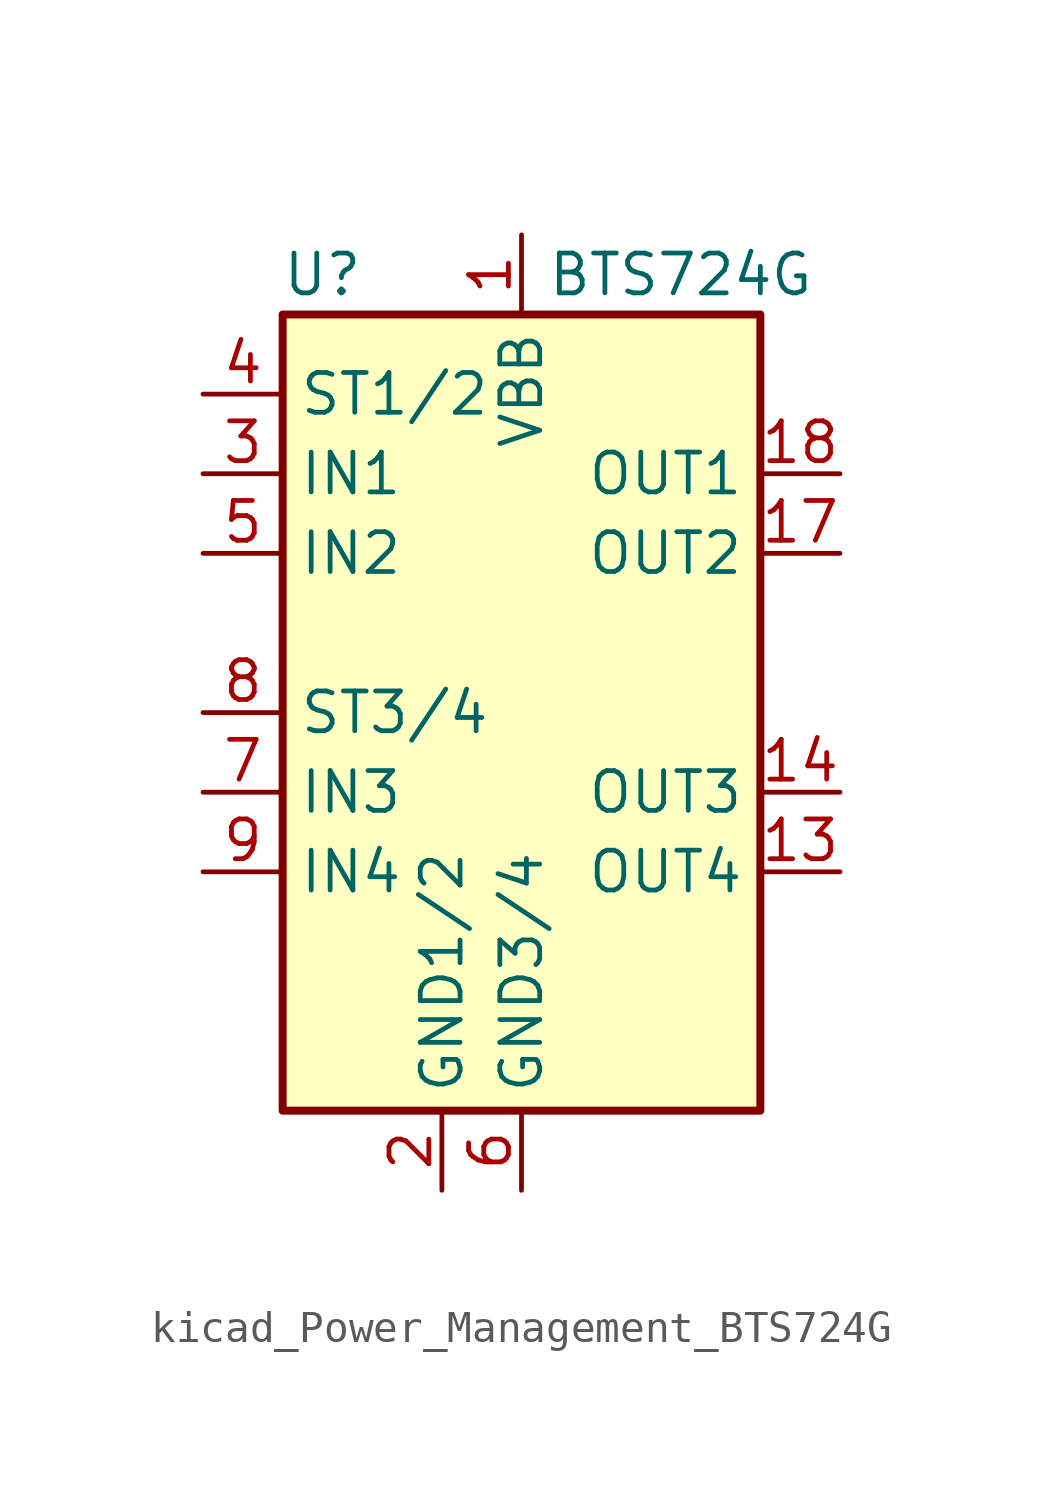
<source format=kicad_sym>
(kicad_symbol_lib
  (version 20220914)
  (generator kicad_symbol_editor)
  (symbol "kicad_Power_Management_BTS724G"
    (property "Reference" "U"
      (at -6.35 13.97 0)
      (effects (font (size 1.27 1.27))))
    (property "Value" "BTS724G"
      (at 5.08 13.97 0)
      (effects (font (size 1.27 1.27))))
    (symbol "kicad_Power_Management_BTS724G_0_1"
      (rectangle (start -7.62 12.7) (end 7.62 -12.7) (stroke (width 0.254) (type default)) (fill (type background))))
    (symbol "kicad_Power_Management_BTS724G_1_1"
      (pin power_in line (at 0 15.24 270) (length 2.54) (name "VBB" (effects (font (size 1.27 1.27)))) (number "1" (effects (font (size 1.27 1.27)))))
      (pin passive line (at 0 15.24 270) (length 2.54) hide (name "VBB" (effects (font (size 1.27 1.27)))) (number "10" (effects (font (size 1.27 1.27)))))
      (pin passive line (at 0 15.24 270) (length 2.54) hide (name "VBB" (effects (font (size 1.27 1.27)))) (number "11" (effects (font (size 1.27 1.27)))))
      (pin passive line (at 0 15.24 270) (length 2.54) hide (name "VBB" (effects (font (size 1.27 1.27)))) (number "12" (effects (font (size 1.27 1.27)))))
      (pin open_emitter line (at 10.16 -5.08 180) (length 2.54) (name "OUT4" (effects (font (size 1.27 1.27)))) (number "13" (effects (font (size 1.27 1.27)))))
      (pin open_emitter line (at 10.16 -2.54 180) (length 2.54) (name "OUT3" (effects (font (size 1.27 1.27)))) (number "14" (effects (font (size 1.27 1.27)))))
      (pin passive line (at 0 15.24 270) (length 2.54) hide (name "VBB" (effects (font (size 1.27 1.27)))) (number "15" (effects (font (size 1.27 1.27)))))
      (pin passive line (at 0 15.24 270) (length 2.54) hide (name "VBB" (effects (font (size 1.27 1.27)))) (number "16" (effects (font (size 1.27 1.27)))))
      (pin open_emitter line (at 10.16 5.08 180) (length 2.54) (name "OUT2" (effects (font (size 1.27 1.27)))) (number "17" (effects (font (size 1.27 1.27)))))
      (pin open_emitter line (at 10.16 7.62 180) (length 2.54) (name "OUT1" (effects (font (size 1.27 1.27)))) (number "18" (effects (font (size 1.27 1.27)))))
      (pin passive line (at 0 15.24 270) (length 2.54) hide (name "VBB" (effects (font (size 1.27 1.27)))) (number "19" (effects (font (size 1.27 1.27)))))
      (pin power_in line (at -2.54 -15.24 90) (length 2.54) (name "GND1/2" (effects (font (size 1.27 1.27)))) (number "2" (effects (font (size 1.27 1.27)))))
      (pin passive line (at 0 15.24 270) (length 2.54) hide (name "VBB" (effects (font (size 1.27 1.27)))) (number "20" (effects (font (size 1.27 1.27)))))
      (pin input line (at -10.16 7.62 0) (length 2.54) (name "IN1" (effects (font (size 1.27 1.27)))) (number "3" (effects (font (size 1.27 1.27)))))
      (pin open_collector line (at -10.16 10.16 0) (length 2.54) (name "ST1/2" (effects (font (size 1.27 1.27)))) (number "4" (effects (font (size 1.27 1.27)))))
      (pin input line (at -10.16 5.08 0) (length 2.54) (name "IN2" (effects (font (size 1.27 1.27)))) (number "5" (effects (font (size 1.27 1.27)))))
      (pin power_in line (at 0 -15.24 90) (length 2.54) (name "GND3/4" (effects (font (size 1.27 1.27)))) (number "6" (effects (font (size 1.27 1.27)))))
      (pin input line (at -10.16 -2.54 0) (length 2.54) (name "IN3" (effects (font (size 1.27 1.27)))) (number "7" (effects (font (size 1.27 1.27)))))
      (pin open_collector line (at -10.16 0 0) (length 2.54) (name "ST3/4" (effects (font (size 1.27 1.27)))) (number "8" (effects (font (size 1.27 1.27)))))
      (pin input line (at -10.16 -5.08 0) (length 2.54) (name "IN4" (effects (font (size 1.27 1.27)))) (number "9" (effects (font (size 1.27 1.27))))))))
</source>
